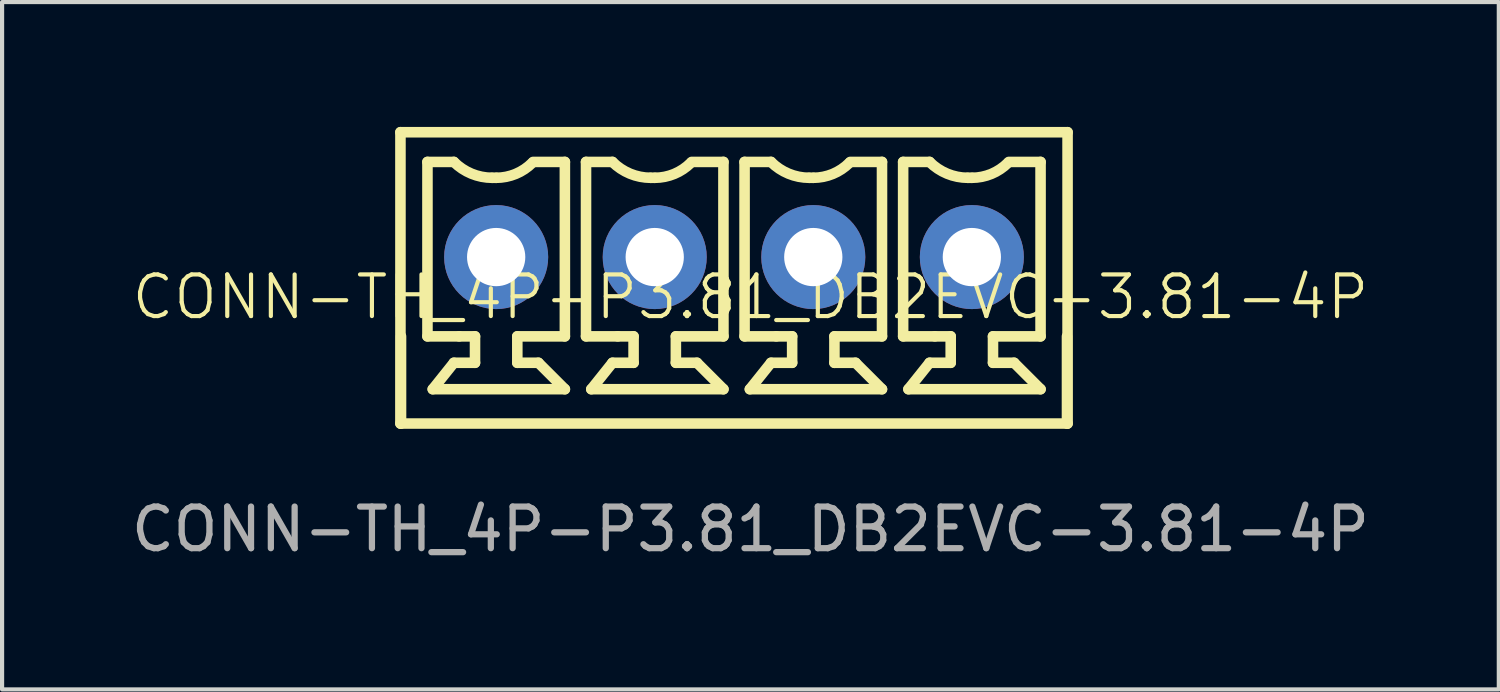
<source format=kicad_pcb>
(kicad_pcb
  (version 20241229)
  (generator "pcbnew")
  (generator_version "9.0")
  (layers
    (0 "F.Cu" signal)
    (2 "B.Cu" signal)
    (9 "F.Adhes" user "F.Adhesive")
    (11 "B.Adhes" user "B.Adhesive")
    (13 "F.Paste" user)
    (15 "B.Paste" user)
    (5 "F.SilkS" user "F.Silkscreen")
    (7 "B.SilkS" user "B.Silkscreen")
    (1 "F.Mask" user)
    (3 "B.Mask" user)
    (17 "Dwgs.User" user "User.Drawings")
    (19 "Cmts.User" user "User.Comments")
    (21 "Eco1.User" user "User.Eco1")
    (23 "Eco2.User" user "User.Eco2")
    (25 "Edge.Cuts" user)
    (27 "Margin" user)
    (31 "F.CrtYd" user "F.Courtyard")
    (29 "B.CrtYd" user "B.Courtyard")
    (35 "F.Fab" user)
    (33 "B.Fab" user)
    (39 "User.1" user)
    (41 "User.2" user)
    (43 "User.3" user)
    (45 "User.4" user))
  (footprint "CONN-TH_4P-P3.81_DB2EVC-3.81-4P"
    (layer "F.Cu")
    (at 14.982 4.587)
    (property "Reference" "CONN-TH_4P-P3.81_DB2EVC-3.81-4P" (at 0 -0.5 0) (unlocked yes) (layer "F.SilkS") (effects (font (size 1 1) (thickness 0.1))))
    (attr through_hole)
    (fp_line (start -8.41 -4.46) (end -8.41 2.54) (stroke (width 0.254) (type solid)) (layer "F.SilkS"))
    (fp_line (start -8.396 0.445) (end -8.396 2.541) (stroke (width 0.254) (type solid)) (layer "F.SilkS"))
    (fp_line (start -7.761 -3.746) (end -7.761 0.445) (stroke (width 0.254) (type solid)) (layer "F.SilkS"))
    (fp_line (start -7.126 -3.746) (end -7.761 -3.746) (stroke (width 0.254) (type solid)) (layer "F.SilkS"))
    (fp_line (start -7.126 1.08) (end -7.634 1.715) (stroke (width 0.254) (type solid)) (layer "F.SilkS"))
    (fp_line (start -6.999 0.445) (end -7.761 0.445) (stroke (width 0.254) (type solid)) (layer "F.SilkS"))
    (fp_line (start -6.618 0.445) (end -6.999 0.445) (stroke (width 0.254) (type solid)) (layer "F.SilkS"))
    (fp_line (start -6.618 0.445) (end -6.618 1.08) (stroke (width 0.254) (type solid)) (layer "F.SilkS"))
    (fp_line (start -6.618 1.08) (end -7.126 1.08) (stroke (width 0.254) (type solid)) (layer "F.SilkS"))
    (fp_line (start -6.11 -3.365) (end -6.206 -3.365) (stroke (width 0.254) (type solid)) (layer "F.SilkS"))
    (fp_line (start -5.602 0.445) (end -5.602 1.08) (stroke (width 0.254) (type solid)) (layer "F.SilkS"))
    (fp_line (start -5.094 1.08) (end -5.602 1.08) (stroke (width 0.254) (type solid)) (layer "F.SilkS"))
    (fp_line (start -4.459 -3.746) (end -5.221 -3.746) (stroke (width 0.254) (type solid)) (layer "F.SilkS"))
    (fp_line (start -4.459 -3.746) (end -4.459 0.445) (stroke (width 0.254) (type solid)) (layer "F.SilkS"))
    (fp_line (start -4.459 0.445) (end -5.602 0.445) (stroke (width 0.254) (type solid)) (layer "F.SilkS"))
    (fp_line (start -4.459 1.715) (end -7.634 1.715) (stroke (width 0.254) (type solid)) (layer "F.SilkS"))
    (fp_line (start -4.459 1.715) (end -5.094 1.08) (stroke (width 0.254) (type solid)) (layer "F.SilkS"))
    (fp_line (start -3.951 -3.746) (end -3.951 0.445) (stroke (width 0.254) (type solid)) (layer "F.SilkS"))
    (fp_line (start -3.316 -3.746) (end -3.951 -3.746) (stroke (width 0.254) (type solid)) (layer "F.SilkS"))
    (fp_line (start -3.316 1.08) (end -3.824 1.715) (stroke (width 0.254) (type solid)) (layer "F.SilkS"))
    (fp_line (start -3.189 0.445) (end -3.951 0.445) (stroke (width 0.254) (type solid)) (layer "F.SilkS"))
    (fp_line (start -2.808 0.445) (end -3.189 0.445) (stroke (width 0.254) (type solid)) (layer "F.SilkS"))
    (fp_line (start -2.808 0.445) (end -2.808 1.08) (stroke (width 0.254) (type solid)) (layer "F.SilkS"))
    (fp_line (start -2.808 1.08) (end -3.316 1.08) (stroke (width 0.254) (type solid)) (layer "F.SilkS"))
    (fp_line (start -2.3 -3.365) (end -2.396 -3.365) (stroke (width 0.254) (type solid)) (layer "F.SilkS"))
    (fp_line (start -1.792 0.445) (end -1.792 1.08) (stroke (width 0.254) (type solid)) (layer "F.SilkS"))
    (fp_line (start -1.284 1.08) (end -1.792 1.08) (stroke (width 0.254) (type solid)) (layer "F.SilkS"))
    (fp_line (start -0.649 -3.746) (end -1.411 -3.746) (stroke (width 0.254) (type solid)) (layer "F.SilkS"))
    (fp_line (start -0.649 -3.746) (end -0.649 0.445) (stroke (width 0.254) (type solid)) (layer "F.SilkS"))
    (fp_line (start -0.649 0.445) (end -1.792 0.445) (stroke (width 0.254) (type solid)) (layer "F.SilkS"))
    (fp_line (start -0.649 1.715) (end -3.824 1.715) (stroke (width 0.254) (type solid)) (layer "F.SilkS"))
    (fp_line (start -0.649 1.715) (end -1.284 1.08) (stroke (width 0.254) (type solid)) (layer "F.SilkS"))
    (fp_line (start -0.141 -3.746) (end -0.141 0.445) (stroke (width 0.254) (type solid)) (layer "F.SilkS"))
    (fp_line (start 0.494 -3.746) (end -0.141 -3.746) (stroke (width 0.254) (type solid)) (layer "F.SilkS"))
    (fp_line (start 0.494 1.08) (end -0.014 1.715) (stroke (width 0.254) (type solid)) (layer "F.SilkS"))
    (fp_line (start 0.621 0.445) (end -0.141 0.445) (stroke (width 0.254) (type solid)) (layer "F.SilkS"))
    (fp_line (start 1.002 0.445) (end 0.621 0.445) (stroke (width 0.254) (type solid)) (layer "F.SilkS"))
    (fp_line (start 1.002 0.445) (end 1.002 1.08) (stroke (width 0.254) (type solid)) (layer "F.SilkS"))
    (fp_line (start 1.002 1.08) (end 0.494 1.08) (stroke (width 0.254) (type solid)) (layer "F.SilkS"))
    (fp_line (start 1.51 -3.365) (end 1.414 -3.365) (stroke (width 0.254) (type solid)) (layer "F.SilkS"))
    (fp_line (start 2.018 0.445) (end 2.018 1.08) (stroke (width 0.254) (type solid)) (layer "F.SilkS"))
    (fp_line (start 2.526 1.08) (end 2.018 1.08) (stroke (width 0.254) (type solid)) (layer "F.SilkS"))
    (fp_line (start 3.161 -3.746) (end 2.399 -3.746) (stroke (width 0.254) (type solid)) (layer "F.SilkS"))
    (fp_line (start 3.161 -3.746) (end 3.161 0.445) (stroke (width 0.254) (type solid)) (layer "F.SilkS"))
    (fp_line (start 3.161 0.445) (end 2.018 0.445) (stroke (width 0.254) (type solid)) (layer "F.SilkS"))
    (fp_line (start 3.161 1.715) (end -0.014 1.715) (stroke (width 0.254) (type solid)) (layer "F.SilkS"))
    (fp_line (start 3.161 1.715) (end 2.526 1.08) (stroke (width 0.254) (type solid)) (layer "F.SilkS"))
    (fp_line (start 3.669 -3.746) (end 3.669 0.445) (stroke (width 0.254) (type solid)) (layer "F.SilkS"))
    (fp_line (start 4.304 -3.746) (end 3.669 -3.746) (stroke (width 0.254) (type solid)) (layer "F.SilkS"))
    (fp_line (start 4.304 1.08) (end 3.796 1.715) (stroke (width 0.254) (type solid)) (layer "F.SilkS"))
    (fp_line (start 4.431 0.445) (end 3.669 0.445) (stroke (width 0.254) (type solid)) (layer "F.SilkS"))
    (fp_line (start 4.812 0.445) (end 4.431 0.445) (stroke (width 0.254) (type solid)) (layer "F.SilkS"))
    (fp_line (start 4.812 0.445) (end 4.812 1.08) (stroke (width 0.254) (type solid)) (layer "F.SilkS"))
    (fp_line (start 4.812 1.08) (end 4.304 1.08) (stroke (width 0.254) (type solid)) (layer "F.SilkS"))
    (fp_line (start 5.32 -3.365) (end 5.224 -3.365) (stroke (width 0.254) (type solid)) (layer "F.SilkS"))
    (fp_line (start 5.828 0.445) (end 5.828 1.08) (stroke (width 0.254) (type solid)) (layer "F.SilkS"))
    (fp_line (start 6.336 1.08) (end 5.828 1.08) (stroke (width 0.254) (type solid)) (layer "F.SilkS"))
    (fp_line (start 6.971 -3.746) (end 6.209 -3.746) (stroke (width 0.254) (type solid)) (layer "F.SilkS"))
    (fp_line (start 6.971 -3.746) (end 6.971 0.445) (stroke (width 0.254) (type solid)) (layer "F.SilkS"))
    (fp_line (start 6.971 0.445) (end 5.828 0.445) (stroke (width 0.254) (type solid)) (layer "F.SilkS"))
    (fp_line (start 6.971 1.715) (end 3.796 1.715) (stroke (width 0.254) (type solid)) (layer "F.SilkS"))
    (fp_line (start 6.971 1.715) (end 6.336 1.08) (stroke (width 0.254) (type solid)) (layer "F.SilkS"))
    (fp_line (start 7.606 0.445) (end 7.606 2.541) (stroke (width 0.254) (type solid)) (layer "F.SilkS"))
    (fp_line (start 7.62 -4.46) (end -8.41 -4.46) (stroke (width 0.254) (type solid)) (layer "F.SilkS"))
    (fp_line (start 7.62 -4.46) (end 7.62 2.54) (stroke (width 0.254) (type solid)) (layer "F.SilkS"))
    (fp_line (start 7.62 2.54) (end -8.41 2.54) (stroke (width 0.254) (type solid)) (layer "F.SilkS"))
    (fp_arc (start -6.206212 -3.36499) (mid -6.70401 -3.464009) (end -7.126023 -3.74599) (stroke (width 0.254) (type solid)) (layer "F.SilkS"))
    (fp_arc (start -5.242819 -3.724196) (mid -5.640695 -3.458345) (end -6.110022 -3.36499) (stroke (width 0.254) (type solid)) (layer "F.SilkS"))
    (fp_arc (start -2.396212 -3.36499) (mid -2.89401 -3.464009) (end -3.316023 -3.74599) (stroke (width 0.254) (type solid)) (layer "F.SilkS"))
    (fp_arc (start -1.432819 -3.724196) (mid -1.830695 -3.458345) (end -2.300022 -3.36499) (stroke (width 0.254) (type solid)) (layer "F.SilkS"))
    (fp_arc (start 1.413788 -3.36499) (mid 0.91599 -3.464009) (end 0.493977 -3.74599) (stroke (width 0.254) (type solid)) (layer "F.SilkS"))
    (fp_arc (start 2.377181 -3.724196) (mid 1.979306 -3.458342) (end 1.509978 -3.36499) (stroke (width 0.254) (type solid)) (layer "F.SilkS"))
    (fp_arc (start 5.223788 -3.36499) (mid 4.725988 -3.464006) (end 4.303977 -3.74599) (stroke (width 0.254) (type solid)) (layer "F.SilkS"))
    (fp_arc (start 6.187181 -3.724196) (mid 5.789306 -3.458342) (end 5.319978 -3.36499) (stroke (width 0.254) (type solid)) (layer "F.SilkS"))
    (fp_line (start -8.41 -4.46) (end -8.41 2.54) (stroke (width 0.051) (type solid)) (layer "Eco1.User"))
    (fp_line (start 7.62 -4.46) (end -8.41 -4.46) (stroke (width 0.051) (type solid)) (layer "Eco1.User"))
    (fp_line (start 7.62 -4.46) (end 7.62 2.54) (stroke (width 0.051) (type solid)) (layer "Eco1.User"))
    (fp_line (start 7.62 2.54) (end -8.41 2.54) (stroke (width 0.051) (type solid)) (layer "Eco1.User"))
    (fp_poly (pts (xy -6.51 -1.86) (xy -5.71 -1.86) (xy -5.71 -1.06) (xy -6.51 -1.06)) (stroke (width 0.1) (type default)) (fill no) (layer "Eco1.User"))
    (fp_poly (pts (xy -2.7 -1.86) (xy -1.9 -1.86) (xy -1.9 -1.06) (xy -2.7 -1.06)) (stroke (width 0.1) (type default)) (fill no) (layer "Eco1.User"))
    (fp_poly (pts (xy 1.11 -1.86) (xy 1.91 -1.86) (xy 1.91 -1.06) (xy 1.11 -1.06)) (stroke (width 0.1) (type default)) (fill no) (layer "Eco1.User"))
    (fp_poly (pts (xy 4.92 -1.86) (xy 5.72 -1.86) (xy 5.72 -1.06) (xy 4.92 -1.06)) (stroke (width 0.1) (type default)) (fill no) (layer "Eco1.User"))
    (fp_poly (pts (xy -8.477 2.668) (xy -8.477 2.643) (xy -8.512 2.608) (xy -8.562 2.608) (xy -8.597 2.643) (xy -8.597 2.668) (xy -8.597 2.692) (xy -8.562 2.727) (xy -8.512 2.727) (xy -8.477 2.692)) (stroke (width 0.1) (type default)) (fill no) (layer "Eco1.User"))
    (fp_poly (pts (xy -5.094 0.953) (xy -7.126 0.953) (xy -7.761 1.715) (xy -7.761 1.74) (xy -7.742 1.787) (xy -7.706 1.823) (xy -7.659 1.842) (xy -7.634 1.842) (xy -7.38 1.842) (xy -4.459 1.842) (xy -4.434 1.842) (xy -4.387 1.823) (xy -4.351 1.787) (xy -4.332 1.74) (xy -4.332 1.715)) (stroke (width 0.1) (type default)) (fill no) (layer "User.6"))
    (fp_poly (pts (xy -1.284 0.953) (xy -3.316 0.953) (xy -3.951 1.715) (xy -3.951 1.74) (xy -3.932 1.787) (xy -3.896 1.823) (xy -3.849 1.842) (xy -3.824 1.842) (xy -3.57 1.842) (xy -0.649 1.842) (xy -0.624 1.842) (xy -0.577 1.823) (xy -0.541 1.787) (xy -0.522 1.74) (xy -0.522 1.715)) (stroke (width 0.1) (type default)) (fill no) (layer "User.6"))
    (fp_poly (pts (xy 2.526 0.953) (xy 0.494 0.953) (xy -0.141 1.715) (xy -0.141 1.74) (xy -0.122 1.787) (xy -0.086 1.823) (xy -0.039 1.842) (xy -0.014 1.842) (xy 0.24 1.842) (xy 3.161 1.842) (xy 3.186 1.842) (xy 3.233 1.823) (xy 3.269 1.787) (xy 3.288 1.74) (xy 3.288 1.715)) (stroke (width 0.1) (type default)) (fill no) (layer "User.6"))
    (fp_poly (pts (xy 6.336 0.953) (xy 4.304 0.953) (xy 3.669 1.715) (xy 3.669 1.74) (xy 3.688 1.787) (xy 3.724 1.823) (xy 3.771 1.842) (xy 3.796 1.842) (xy 4.05 1.842) (xy 6.971 1.842) (xy 6.996 1.842) (xy 7.043 1.823) (xy 7.079 1.787) (xy 7.098 1.74) (xy 7.098 1.715)) (stroke (width 0.1) (type default)) (fill no) (layer "User.6"))
    (fp_poly (pts (xy -5.729 0.953) (xy -5.729 1.08) (xy -5.727 1.105) (xy -5.708 1.151) (xy -5.673 1.186) (xy -5.627 1.205) (xy -5.602 1.207) (xy -5.094 1.207) (xy -4.713 1.588) (xy -7.38 1.588) (xy -7.126 1.207) (xy -6.618 1.207) (xy -6.593 1.205) (xy -6.547 1.186) (xy -6.512 1.151) (xy -6.493 1.105) (xy -6.491 1.08) (xy -6.491 0.953)) (stroke (width 0.1) (type default)) (fill no) (layer "User.6"))
    (fp_poly (pts (xy -1.919 0.953) (xy -1.919 1.08) (xy -1.917 1.105) (xy -1.898 1.151) (xy -1.863 1.186) (xy -1.817 1.205) (xy -1.792 1.207) (xy -1.284 1.207) (xy -0.903 1.588) (xy -3.57 1.588) (xy -3.316 1.207) (xy -2.808 1.207) (xy -2.783 1.205) (xy -2.737 1.186) (xy -2.702 1.151) (xy -2.683 1.105) (xy -2.681 1.08) (xy -2.681 0.953)) (stroke (width 0.1) (type default)) (fill no) (layer "User.6"))
    (fp_poly (pts (xy 1.891 0.953) (xy 1.891 1.08) (xy 1.893 1.105) (xy 1.912 1.151) (xy 1.947 1.186) (xy 1.993 1.205) (xy 2.018 1.207) (xy 2.526 1.207) (xy 2.907 1.588) (xy 0.24 1.588) (xy 0.494 1.207) (xy 1.002 1.207) (xy 1.027 1.205) (xy 1.073 1.186) (xy 1.108 1.151) (xy 1.127 1.105) (xy 1.129 1.08) (xy 1.129 0.953)) (stroke (width 0.1) (type default)) (fill no) (layer "User.6"))
    (fp_poly (pts (xy 5.701 0.953) (xy 5.701 1.08) (xy 5.703 1.105) (xy 5.722 1.151) (xy 5.757 1.186) (xy 5.803 1.205) (xy 5.828 1.207) (xy 6.336 1.207) (xy 6.717 1.588) (xy 4.05 1.588) (xy 4.304 1.207) (xy 4.812 1.207) (xy 4.837 1.205) (xy 4.883 1.186) (xy 4.918 1.151) (xy 4.937 1.105) (xy 4.939 1.08) (xy 4.939 0.953)) (stroke (width 0.1) (type default)) (fill no) (layer "User.6"))
    (fp_poly (pts (xy -6.491 0.953) (xy -6.491 0.445) (xy -6.491 0.42) (xy -6.51 0.373) (xy -6.546 0.337) (xy -6.593 0.318) (xy -6.618 0.318) (xy -7.634 0.318) (xy -7.634 -3.619) (xy -7.126 -3.619) (xy -7.126 -3.873) (xy -7.761 -3.873) (xy -7.786 -3.873) (xy -7.833 -3.854) (xy -7.869 -3.818) (xy -7.888 -3.771) (xy -7.888 -3.746) (xy -7.888 0.445) (xy -7.888 0.47) (xy -7.869 0.517) (xy -7.833 0.553) (xy -7.786 0.572) (xy -7.761 0.572) (xy -6.745 0.572) (xy -6.745 0.953)) (stroke (width 0.1) (type default)) (fill no) (layer "User.6"))
    (fp_poly (pts (xy -2.681 0.953) (xy -2.681 0.445) (xy -2.681 0.42) (xy -2.7 0.373) (xy -2.736 0.337) (xy -2.783 0.318) (xy -2.808 0.318) (xy -3.824 0.318) (xy -3.824 -3.619) (xy -3.316 -3.619) (xy -3.316 -3.873) (xy -3.951 -3.873) (xy -3.976 -3.873) (xy -4.023 -3.854) (xy -4.059 -3.818) (xy -4.078 -3.771) (xy -4.078 -3.746) (xy -4.078 0.445) (xy -4.078 0.47) (xy -4.059 0.517) (xy -4.023 0.553) (xy -3.976 0.572) (xy -3.951 0.572) (xy -2.935 0.572) (xy -2.935 0.953)) (stroke (width 0.1) (type default)) (fill no) (layer "User.6"))
    (fp_poly (pts (xy 1.129 0.953) (xy 1.129 0.445) (xy 1.129 0.42) (xy 1.11 0.373) (xy 1.074 0.337) (xy 1.027 0.318) (xy 1.002 0.318) (xy -0.014 0.318) (xy -0.014 -3.619) (xy 0.494 -3.619) (xy 0.494 -3.873) (xy -0.141 -3.873) (xy -0.166 -3.873) (xy -0.213 -3.854) (xy -0.249 -3.818) (xy -0.268 -3.771) (xy -0.268 -3.746) (xy -0.268 0.445) (xy -0.268 0.47) (xy -0.249 0.517) (xy -0.213 0.553) (xy -0.166 0.572) (xy -0.141 0.572) (xy 0.875 0.572) (xy 0.875 0.953)) (stroke (width 0.1) (type default)) (fill no) (layer "User.6"))
    (fp_poly (pts (xy 4.939 0.953) (xy 4.939 0.445) (xy 4.939 0.42) (xy 4.92 0.373) (xy 4.884 0.337) (xy 4.837 0.318) (xy 4.812 0.318) (xy 3.796 0.318) (xy 3.796 -3.619) (xy 4.304 -3.619) (xy 4.304 -3.873) (xy 3.669 -3.873) (xy 3.644 -3.873) (xy 3.597 -3.854) (xy 3.561 -3.818) (xy 3.542 -3.771) (xy 3.542 -3.746) (xy 3.542 0.445) (xy 3.542 0.47) (xy 3.561 0.517) (xy 3.597 0.553) (xy 3.644 0.572) (xy 3.669 0.572) (xy 4.685 0.572) (xy 4.685 0.953)) (stroke (width 0.1) (type default)) (fill no) (layer "User.6"))
    (fp_poly (pts (xy -7.126 -3.873) (xy -7.031 -3.787) (xy -6.819 -3.646) (xy -6.584 -3.548) (xy -6.334 -3.498) (xy -6.206 -3.492) (xy -6.11 -3.492) (xy -5.99 -3.498) (xy -5.754 -3.545) (xy -5.532 -3.637) (xy -5.332 -3.77) (xy -5.243 -3.851) (xy -5.243 -3.851) (xy -5.221 -3.873) (xy -5.221 -3.619) (xy -5.243 -3.597) (xy -5.328 -3.512) (xy -5.529 -3.378) (xy -5.752 -3.285) (xy -5.989 -3.238) (xy -6.11 -3.238) (xy -6.206 -3.238) (xy -6.334 -3.238) (xy -6.586 -3.288) (xy -6.822 -3.386) (xy -7.035 -3.528) (xy -7.126 -3.619)) (stroke (width 0.1) (type default)) (fill no) (layer "User.6"))
    (fp_poly (pts (xy -4.586 -3.619) (xy -4.586 0.318) (xy -5.602 0.318) (xy -5.627 0.318) (xy -5.674 0.337) (xy -5.71 0.373) (xy -5.729 0.42) (xy -5.729 0.445) (xy -5.729 0.572) (xy -5.729 0.953) (xy -5.094 0.953) (xy -5.475 0.953) (xy -5.475 0.572) (xy -4.459 0.572) (xy -4.434 0.572) (xy -4.387 0.553) (xy -4.351 0.517) (xy -4.332 0.47) (xy -4.332 0.445) (xy -4.332 -3.746) (xy -4.332 -3.771) (xy -4.351 -3.818) (xy -4.387 -3.854) (xy -4.434 -3.873) (xy -4.459 -3.873) (xy -5.221 -3.873) (xy -5.221 -3.619)) (stroke (width 0.1) (type default)) (fill no) (layer "User.6"))
    (fp_poly (pts (xy -3.316 -3.873) (xy -3.221 -3.787) (xy -3.009 -3.646) (xy -2.774 -3.548) (xy -2.524 -3.498) (xy -2.396 -3.492) (xy -2.3 -3.492) (xy -2.18 -3.498) (xy -1.944 -3.545) (xy -1.722 -3.637) (xy -1.522 -3.77) (xy -1.433 -3.851) (xy -1.433 -3.851) (xy -1.411 -3.873) (xy -1.411 -3.619) (xy -1.433 -3.597) (xy -1.518 -3.512) (xy -1.719 -3.378) (xy -1.942 -3.285) (xy -2.179 -3.238) (xy -2.3 -3.238) (xy -2.396 -3.238) (xy -2.524 -3.238) (xy -2.776 -3.288) (xy -3.012 -3.386) (xy -3.225 -3.528) (xy -3.316 -3.619)) (stroke (width 0.1) (type default)) (fill no) (layer "User.6"))
    (fp_poly (pts (xy -0.776 -3.619) (xy -0.776 0.318) (xy -1.792 0.318) (xy -1.817 0.318) (xy -1.864 0.337) (xy -1.9 0.373) (xy -1.919 0.42) (xy -1.919 0.445) (xy -1.919 0.572) (xy -1.919 0.953) (xy -1.284 0.953) (xy -1.665 0.953) (xy -1.665 0.572) (xy -0.649 0.572) (xy -0.624 0.572) (xy -0.577 0.553) (xy -0.541 0.517) (xy -0.522 0.47) (xy -0.522 0.445) (xy -0.522 -3.746) (xy -0.522 -3.771) (xy -0.541 -3.818) (xy -0.577 -3.854) (xy -0.624 -3.873) (xy -0.649 -3.873) (xy -1.411 -3.873) (xy -1.411 -3.619)) (stroke (width 0.1) (type default)) (fill no) (layer "User.6"))
    (fp_poly (pts (xy 0.494 -3.873) (xy 0.589 -3.787) (xy 0.801 -3.646) (xy 1.036 -3.548) (xy 1.286 -3.498) (xy 1.414 -3.492) (xy 1.51 -3.492) (xy 1.63 -3.498) (xy 1.866 -3.545) (xy 2.088 -3.637) (xy 2.288 -3.77) (xy 2.377 -3.851) (xy 2.377 -3.851) (xy 2.399 -3.873) (xy 2.399 -3.619) (xy 2.377 -3.597) (xy 2.292 -3.512) (xy 2.091 -3.378) (xy 1.868 -3.285) (xy 1.631 -3.238) (xy 1.51 -3.238) (xy 1.414 -3.238) (xy 1.286 -3.238) (xy 1.034 -3.288) (xy 0.798 -3.386) (xy 0.585 -3.528) (xy 0.494 -3.619)) (stroke (width 0.1) (type default)) (fill no) (layer "User.6"))
    (fp_poly (pts (xy 3.034 -3.619) (xy 3.034 0.318) (xy 2.018 0.318) (xy 1.993 0.318) (xy 1.946 0.337) (xy 1.91 0.373) (xy 1.891 0.42) (xy 1.891 0.445) (xy 1.891 0.572) (xy 1.891 0.953) (xy 2.526 0.953) (xy 2.145 0.953) (xy 2.145 0.572) (xy 3.161 0.572) (xy 3.186 0.572) (xy 3.233 0.553) (xy 3.269 0.517) (xy 3.288 0.47) (xy 3.288 0.445) (xy 3.288 -3.746) (xy 3.288 -3.771) (xy 3.269 -3.818) (xy 3.233 -3.854) (xy 3.186 -3.873) (xy 3.161 -3.873) (xy 2.399 -3.873) (xy 2.399 -3.619)) (stroke (width 0.1) (type default)) (fill no) (layer "User.6"))
    (fp_poly (pts (xy 4.304 -3.873) (xy 4.399 -3.787) (xy 4.611 -3.646) (xy 4.846 -3.548) (xy 5.096 -3.498) (xy 5.224 -3.492) (xy 5.32 -3.492) (xy 5.44 -3.498) (xy 5.676 -3.545) (xy 5.898 -3.637) (xy 6.098 -3.77) (xy 6.187 -3.851) (xy 6.187 -3.851) (xy 6.209 -3.873) (xy 6.209 -3.619) (xy 6.187 -3.597) (xy 6.102 -3.512) (xy 5.901 -3.378) (xy 5.678 -3.285) (xy 5.441 -3.238) (xy 5.32 -3.238) (xy 5.224 -3.238) (xy 5.096 -3.238) (xy 4.844 -3.288) (xy 4.608 -3.386) (xy 4.395 -3.528) (xy 4.304 -3.619)) (stroke (width 0.1) (type default)) (fill no) (layer "User.6"))
    (fp_poly (pts (xy 6.844 -3.619) (xy 6.844 0.318) (xy 5.828 0.318) (xy 5.803 0.318) (xy 5.756 0.337) (xy 5.72 0.373) (xy 5.701 0.42) (xy 5.701 0.445) (xy 5.701 0.572) (xy 5.701 0.953) (xy 6.336 0.953) (xy 5.955 0.953) (xy 5.955 0.572) (xy 6.971 0.572) (xy 6.996 0.572) (xy 7.043 0.553) (xy 7.079 0.517) (xy 7.098 0.47) (xy 7.098 0.445) (xy 7.098 -3.746) (xy 7.098 -3.771) (xy 7.079 -3.818) (xy 7.043 -3.854) (xy 6.996 -3.873) (xy 6.971 -3.873) (xy 6.209 -3.873) (xy 6.209 -3.619)) (stroke (width 0.1) (type default)) (fill no) (layer "User.6"))
    (fp_text user "${REFERENCE}" (at 0 5.08 0) (unlocked yes) (layer "F.Fab") (effects (font (size 1 1) (thickness 0.15))))
    (pad "1" thru_hole circle (at -6.11 -1.46) (size 2.5 2.5) (drill 1.4) (layers "*.Cu" "*.Mask"))
    (pad "2" thru_hole circle (at -2.3 -1.46) (size 2.5 2.5) (drill 1.4) (layers "*.Cu" "*.Mask"))
    (pad "3" thru_hole circle (at 1.51 -1.46) (size 2.5 2.5) (drill 1.4) (layers "*.Cu" "*.Mask"))
    (pad "4" thru_hole circle (at 5.32 -1.46) (size 2.5 2.5) (drill 1.4) (layers "*.Cu" "*.Mask")))
  (gr_rect
    (start -3 -3)
    (end 32.964 13.515)
    (stroke (width 0.1) (type default))
    (fill no)
    (layer "Edge.Cuts")))
</source>
